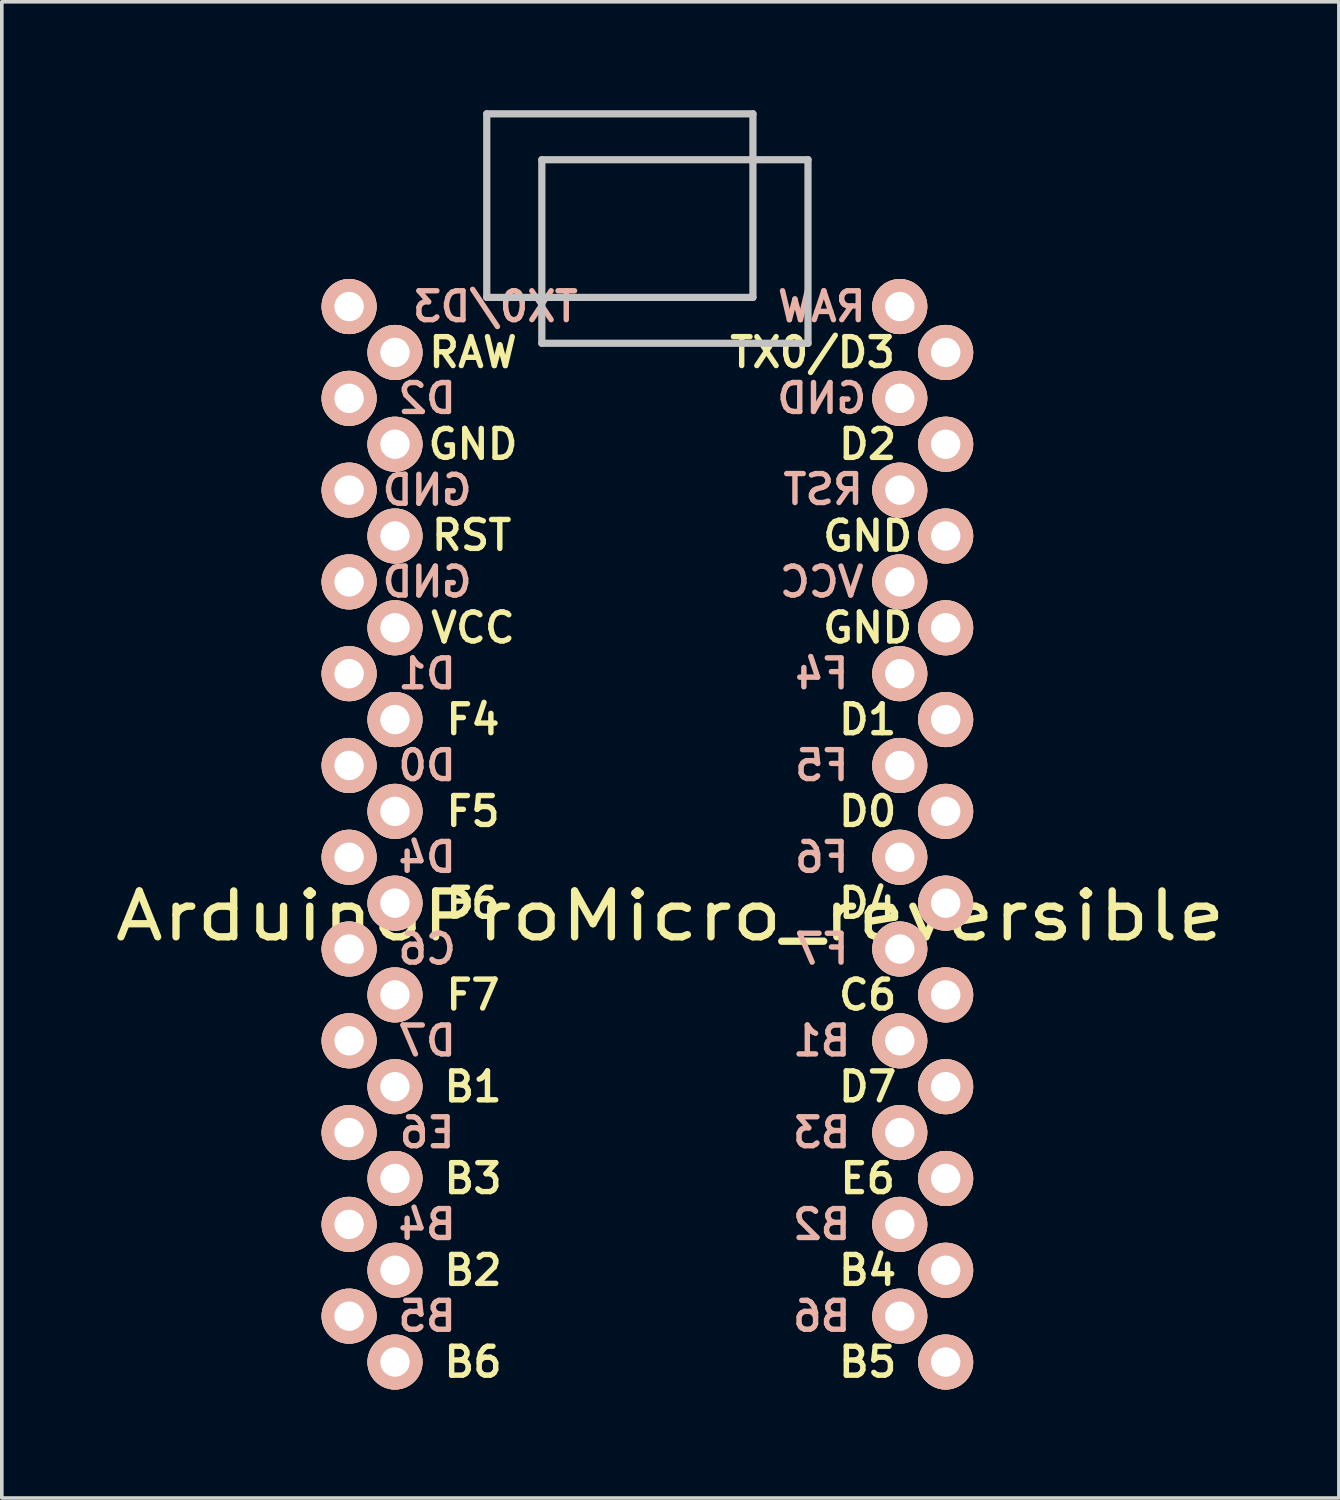
<source format=kicad_pcb>
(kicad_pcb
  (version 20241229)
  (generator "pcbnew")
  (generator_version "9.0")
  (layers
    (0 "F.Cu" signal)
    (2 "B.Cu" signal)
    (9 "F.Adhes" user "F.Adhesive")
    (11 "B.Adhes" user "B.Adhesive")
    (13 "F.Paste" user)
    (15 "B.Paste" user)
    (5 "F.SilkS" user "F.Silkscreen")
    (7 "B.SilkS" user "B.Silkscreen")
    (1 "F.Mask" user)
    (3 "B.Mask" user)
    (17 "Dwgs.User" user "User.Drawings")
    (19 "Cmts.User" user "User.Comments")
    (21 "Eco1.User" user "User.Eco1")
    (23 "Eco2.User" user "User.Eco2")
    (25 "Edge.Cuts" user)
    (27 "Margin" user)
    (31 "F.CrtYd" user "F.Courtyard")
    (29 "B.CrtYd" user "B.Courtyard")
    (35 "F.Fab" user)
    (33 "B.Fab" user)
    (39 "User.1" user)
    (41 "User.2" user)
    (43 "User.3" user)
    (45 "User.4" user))
  (footprint "ArduinoProMicro_reversible"
    (layer "F.Cu")
    (at 15.501 20.674)
    (property "Reference" "ArduinoProMicro_reversible" (at 0 1.625 0) (layer "F.SilkS") (effects (font (size 1.27 1.524) (thickness 0.203))))
    (attr through_hole)
    (fp_line (start -5.08 -20.574) (end 2.286 -20.574) (stroke (width 0.2) (type solid)) (layer "Dwgs.User"))
    (fp_line (start -5.08 -15.494) (end -5.08 -20.574) (stroke (width 0.2) (type solid)) (layer "Dwgs.User"))
    (fp_line (start -3.556 -19.304) (end -3.556 -14.224) (stroke (width 0.2) (type solid)) (layer "Dwgs.User"))
    (fp_line (start -3.556 -14.224) (end 3.81 -14.224) (stroke (width 0.2) (type solid)) (layer "Dwgs.User"))
    (fp_line (start 2.286 -20.574) (end 2.286 -15.494) (stroke (width 0.2) (type solid)) (layer "Dwgs.User"))
    (fp_line (start 2.286 -15.494) (end -5.08 -15.494) (stroke (width 0.2) (type solid)) (layer "Dwgs.User"))
    (fp_line (start 3.81 -19.304) (end -3.556 -19.304) (stroke (width 0.2) (type solid)) (layer "Dwgs.User"))
    (fp_line (start 3.81 -14.224) (end 3.81 -19.304) (stroke (width 0.2) (type solid)) (layer "Dwgs.User"))
    (fp_text user "B2" (at -5.461 11.43 0) (layer "F.SilkS") (effects (font (size 0.8 0.8) (thickness 0.15))))
    (fp_text user "F4" (at -5.461 -3.81 0) (layer "F.SilkS") (effects (font (size 0.8 0.8) (thickness 0.15))))
    (fp_text user "B1" (at -5.461 6.35 0) (layer "F.SilkS") (effects (font (size 0.8 0.8) (thickness 0.15))))
    (fp_text user "D1" (at 5.461 -3.81 0) (layer "F.SilkS") (effects (font (size 0.8 0.8) (thickness 0.15))))
    (fp_text user "F7" (at -5.461 3.81 0) (layer "F.SilkS") (effects (font (size 0.8 0.8) (thickness 0.15))))
    (fp_text user "F5" (at -5.461 -1.27 0) (layer "F.SilkS") (effects (font (size 0.8 0.8) (thickness 0.15))))
    (fp_text user "D2" (at 5.461 -11.43 0) (layer "F.SilkS") (effects (font (size 0.8 0.8) (thickness 0.15))))
    (fp_text user "D7" (at 5.461 6.35 0) (layer "F.SilkS") (effects (font (size 0.8 0.8) (thickness 0.15))))
    (fp_text user "F6" (at -5.461 1.27 0) (layer "F.SilkS") (effects (font (size 0.8 0.8) (thickness 0.15))))
    (fp_text user "D4" (at 5.461 1.27 0) (layer "F.SilkS") (effects (font (size 0.8 0.8) (thickness 0.15))))
    (fp_text user "B5" (at 5.461 13.97 0) (layer "F.SilkS") (effects (font (size 0.8 0.8) (thickness 0.15))))
    (fp_text user "B3" (at -5.461 8.89 0) (layer "F.SilkS") (effects (font (size 0.8 0.8) (thickness 0.15))))
    (fp_text user "GND" (at 5.461 -8.89 0) (layer "F.SilkS") (effects (font (size 0.8 0.8) (thickness 0.15))))
    (fp_text user "GND" (at 5.461 -6.35 0) (layer "F.SilkS") (effects (font (size 0.8 0.8) (thickness 0.15))))
    (fp_text user "B4" (at 5.461 11.43 0) (layer "F.SilkS") (effects (font (size 0.8 0.8) (thickness 0.15))))
    (fp_text user "E6" (at 5.461 8.89 0) (layer "F.SilkS") (effects (font (size 0.8 0.8) (thickness 0.15))))
    (fp_text user "GND" (at -5.461 -11.43 0) (layer "F.SilkS") (effects (font (size 0.8 0.8) (thickness 0.15))))
    (fp_text user "RAW" (at -5.461 -13.97 0) (layer "F.SilkS") (effects (font (size 0.8 0.8) (thickness 0.15))))
    (fp_text user "RST" (at -5.5 -8.91 0) (layer "F.SilkS") (effects (font (size 0.8 0.8) (thickness 0.15))))
    (fp_text user "D0" (at 5.461 -1.27 0) (layer "F.SilkS") (effects (font (size 0.8 0.8) (thickness 0.15))))
    (fp_text user "C6" (at 5.461 3.81 0) (layer "F.SilkS") (effects (font (size 0.8 0.8) (thickness 0.15))))
    (fp_text user "VCC" (at -5.461 -6.35 0) (layer "F.SilkS") (effects (font (size 0.8 0.8) (thickness 0.15))))
    (fp_text user "TX0/D3" (at 3.937 -13.97 0) (layer "F.SilkS") (effects (font (size 0.8 0.8) (thickness 0.15))))
    (fp_text user "B6" (at -5.461 13.97 0) (layer "F.SilkS") (effects (font (size 0.8 0.8) (thickness 0.15))))
    (fp_text user "TX0/D3" (at -4.842 -15.24 0) (layer "B.SilkS") (effects (font (size 0.8 0.8) (thickness 0.15)) (justify mirror)))
    (fp_text user "D1" (at -6.731 -5.08 0) (layer "B.SilkS") (effects (font (size 0.8 0.8) (thickness 0.15)) (justify mirror)))
    (fp_text user "VCC" (at 4.191 -7.62 0) (layer "B.SilkS") (effects (font (size 0.8 0.8) (thickness 0.15)) (justify mirror)))
    (fp_text user "F6" (at 4.191 0 0) (layer "B.SilkS") (effects (font (size 0.8 0.8) (thickness 0.15)) (justify mirror)))
    (fp_text user "RST" (at 4.23 -10.18 0) (layer "B.SilkS") (effects (font (size 0.8 0.8) (thickness 0.15)) (justify mirror)))
    (fp_text user "B1" (at 4.191 5.08 0) (layer "B.SilkS") (effects (font (size 0.8 0.8) (thickness 0.15)) (justify mirror)))
    (fp_text user "D0" (at -6.731 -2.54 0) (layer "B.SilkS") (effects (font (size 0.8 0.8) (thickness 0.15)) (justify mirror)))
    (fp_text user "RAW" (at 4.191 -15.24 0) (layer "B.SilkS") (effects (font (size 0.8 0.8) (thickness 0.15)) (justify mirror)))
    (fp_text user "B6" (at 4.191 12.7 0) (layer "B.SilkS") (effects (font (size 0.8 0.8) (thickness 0.15)) (justify mirror)))
    (fp_text user "D2" (at -6.731 -12.7 0) (layer "B.SilkS") (effects (font (size 0.8 0.8) (thickness 0.15)) (justify mirror)))
    (fp_text user "F5" (at 4.191 -2.54 0) (layer "B.SilkS") (effects (font (size 0.8 0.8) (thickness 0.15)) (justify mirror)))
    (fp_text user "E6" (at -6.731 7.62 0) (layer "B.SilkS") (effects (font (size 0.8 0.8) (thickness 0.15)) (justify mirror)))
    (fp_text user "D4" (at -6.731 0 0) (layer "B.SilkS") (effects (font (size 0.8 0.8) (thickness 0.15)) (justify mirror)))
    (fp_text user "GND" (at -6.731 -7.62 0) (layer "B.SilkS") (effects (font (size 0.8 0.8) (thickness 0.15)) (justify mirror)))
    (fp_text user "D7" (at -6.731 5.08 0) (layer "B.SilkS") (effects (font (size 0.8 0.8) (thickness 0.15)) (justify mirror)))
    (fp_text user "F4" (at 4.191 -5.08 0) (layer "B.SilkS") (effects (font (size 0.8 0.8) (thickness 0.15)) (justify mirror)))
    (fp_text user "GND" (at -6.731 -10.16 0) (layer "B.SilkS") (effects (font (size 0.8 0.8) (thickness 0.15)) (justify mirror)))
    (fp_text user "B2" (at 4.191 10.16 0) (layer "B.SilkS") (effects (font (size 0.8 0.8) (thickness 0.15)) (justify mirror)))
    (fp_text user "B4" (at -6.731 10.16 0) (layer "B.SilkS") (effects (font (size 0.8 0.8) (thickness 0.15)) (justify mirror)))
    (fp_text user "C6" (at -6.731 2.54 0) (layer "B.SilkS") (effects (font (size 0.8 0.8) (thickness 0.15)) (justify mirror)))
    (fp_text user "B3" (at 4.191 7.62 0) (layer "B.SilkS") (effects (font (size 0.8 0.8) (thickness 0.15)) (justify mirror)))
    (fp_text user "GND" (at 4.191 -12.7 0) (layer "B.SilkS") (effects (font (size 0.8 0.8) (thickness 0.15)) (justify mirror)))
    (fp_text user "B5" (at -6.731 12.7 0) (layer "B.SilkS") (effects (font (size 0.8 0.8) (thickness 0.15)) (justify mirror)))
    (fp_text user "F7" (at 4.191 2.54 0) (layer "B.SilkS") (effects (font (size 0.8 0.8) (thickness 0.15)) (justify mirror)))
    (pad "1" thru_hole circle (at -8.89 -15.24 270) (size 1.524 1.524) (drill 0.813) (layers "*.Cu" "*.SilkS" "*.Mask"))
    (pad "1" thru_hole circle (at 7.62 -13.97 90) (size 1.524 1.524) (drill 0.813) (layers "*.Cu" "*.SilkS" "*.Mask"))
    (pad "2" thru_hole circle (at -8.89 -12.7 270) (size 1.524 1.524) (drill 0.813) (layers "*.Cu" "*.SilkS" "*.Mask"))
    (pad "2" thru_hole circle (at 7.62 -11.43 90) (size 1.524 1.524) (drill 0.813) (layers "*.Cu" "*.SilkS" "*.Mask"))
    (pad "3" thru_hole circle (at -8.89 -10.16 270) (size 1.524 1.524) (drill 0.813) (layers "*.Cu" "*.SilkS" "*.Mask"))
    (pad "3" thru_hole circle (at 7.62 -8.89 90) (size 1.524 1.524) (drill 0.813) (layers "*.Cu" "*.SilkS" "*.Mask"))
    (pad "4" thru_hole circle (at -8.89 -7.62 270) (size 1.524 1.524) (drill 0.813) (layers "*.Cu" "*.SilkS" "*.Mask"))
    (pad "4" thru_hole circle (at 7.62 -6.35 90) (size 1.524 1.524) (drill 0.813) (layers "*.Cu" "*.SilkS" "*.Mask"))
    (pad "5" thru_hole circle (at -8.89 -5.08 270) (size 1.524 1.524) (drill 0.813) (layers "*.Cu" "*.SilkS" "*.Mask"))
    (pad "5" thru_hole circle (at 7.62 -3.81 90) (size 1.524 1.524) (drill 0.813) (layers "*.Cu" "*.SilkS" "*.Mask"))
    (pad "6" thru_hole circle (at -8.89 -2.54 270) (size 1.524 1.524) (drill 0.813) (layers "*.Cu" "*.SilkS" "*.Mask"))
    (pad "6" thru_hole circle (at 7.62 -1.27 90) (size 1.524 1.524) (drill 0.813) (layers "*.Cu" "*.SilkS" "*.Mask"))
    (pad "7" thru_hole circle (at -8.89 0 270) (size 1.524 1.524) (drill 0.813) (layers "*.Cu" "*.SilkS" "*.Mask"))
    (pad "7" thru_hole circle (at 7.62 1.27 90) (size 1.524 1.524) (drill 0.813) (layers "*.Cu" "*.SilkS" "*.Mask"))
    (pad "8" thru_hole circle (at -8.89 2.54 270) (size 1.524 1.524) (drill 0.813) (layers "*.Cu" "*.SilkS" "*.Mask"))
    (pad "8" thru_hole circle (at 7.62 3.81 90) (size 1.524 1.524) (drill 0.813) (layers "*.Cu" "*.SilkS" "*.Mask"))
    (pad "9" thru_hole circle (at -8.89 5.08 270) (size 1.524 1.524) (drill 0.813) (layers "*.Cu" "*.SilkS" "*.Mask"))
    (pad "9" thru_hole circle (at 7.62 6.35 90) (size 1.524 1.524) (drill 0.813) (layers "*.Cu" "*.SilkS" "*.Mask"))
    (pad "10" thru_hole circle (at -8.89 7.62 270) (size 1.524 1.524) (drill 0.813) (layers "*.Cu" "*.SilkS" "*.Mask"))
    (pad "10" thru_hole circle (at 7.62 8.89 90) (size 1.524 1.524) (drill 0.813) (layers "*.Cu" "*.SilkS" "*.Mask"))
    (pad "11" thru_hole circle (at -8.89 10.16 270) (size 1.524 1.524) (drill 0.813) (layers "*.Cu" "*.SilkS" "*.Mask"))
    (pad "11" thru_hole circle (at 7.62 11.43 90) (size 1.524 1.524) (drill 0.813) (layers "*.Cu" "*.SilkS" "*.Mask"))
    (pad "12" thru_hole circle (at -8.89 12.7 270) (size 1.524 1.524) (drill 0.813) (layers "*.Cu" "*.SilkS" "*.Mask"))
    (pad "12" thru_hole circle (at 7.62 13.97 90) (size 1.524 1.524) (drill 0.813) (layers "*.Cu" "*.SilkS" "*.Mask"))
    (pad "13" thru_hole circle (at -7.62 13.97 90) (size 1.524 1.524) (drill 0.813) (layers "*.Cu" "*.SilkS" "*.Mask"))
    (pad "13" thru_hole circle (at 6.35 12.7 270) (size 1.524 1.524) (drill 0.813) (layers "*.Cu" "*.SilkS" "*.Mask"))
    (pad "14" thru_hole circle (at -7.62 11.43 90) (size 1.524 1.524) (drill 0.813) (layers "*.Cu" "*.SilkS" "*.Mask"))
    (pad "14" thru_hole circle (at 6.35 10.16 270) (size 1.524 1.524) (drill 0.813) (layers "*.Cu" "*.SilkS" "*.Mask"))
    (pad "15" thru_hole circle (at -7.62 8.89 90) (size 1.524 1.524) (drill 0.813) (layers "*.Cu" "*.SilkS" "*.Mask"))
    (pad "15" thru_hole circle (at 6.35 7.62 270) (size 1.524 1.524) (drill 0.813) (layers "*.Cu" "*.SilkS" "*.Mask"))
    (pad "16" thru_hole circle (at -7.62 6.35 90) (size 1.524 1.524) (drill 0.813) (layers "*.Cu" "*.SilkS" "*.Mask"))
    (pad "16" thru_hole circle (at 6.35 5.08 270) (size 1.524 1.524) (drill 0.813) (layers "*.Cu" "*.SilkS" "*.Mask"))
    (pad "17" thru_hole circle (at -7.62 3.81 90) (size 1.524 1.524) (drill 0.813) (layers "*.Cu" "*.SilkS" "*.Mask"))
    (pad "17" thru_hole circle (at 6.35 2.54 270) (size 1.524 1.524) (drill 0.813) (layers "*.Cu" "*.SilkS" "*.Mask"))
    (pad "18" thru_hole circle (at -7.62 1.27 90) (size 1.524 1.524) (drill 0.813) (layers "*.Cu" "*.SilkS" "*.Mask"))
    (pad "18" thru_hole circle (at 6.35 0 270) (size 1.524 1.524) (drill 0.813) (layers "*.Cu" "*.SilkS" "*.Mask"))
    (pad "19" thru_hole circle (at -7.62 -1.27 90) (size 1.524 1.524) (drill 0.813) (layers "*.Cu" "*.SilkS" "*.Mask"))
    (pad "19" thru_hole circle (at 6.35 -2.54 270) (size 1.524 1.524) (drill 0.813) (layers "*.Cu" "*.SilkS" "*.Mask"))
    (pad "20" thru_hole circle (at -7.62 -3.81 90) (size 1.524 1.524) (drill 0.813) (layers "*.Cu" "*.SilkS" "*.Mask"))
    (pad "20" thru_hole circle (at 6.35 -5.08 270) (size 1.524 1.524) (drill 0.813) (layers "*.Cu" "*.SilkS" "*.Mask"))
    (pad "21" thru_hole circle (at -7.62 -6.35 90) (size 1.524 1.524) (drill 0.813) (layers "*.Cu" "*.SilkS" "*.Mask"))
    (pad "21" thru_hole circle (at 6.35 -7.62 270) (size 1.524 1.524) (drill 0.813) (layers "*.Cu" "*.SilkS" "*.Mask"))
    (pad "22" thru_hole circle (at -7.62 -8.89 90) (size 1.524 1.524) (drill 0.813) (layers "*.Cu" "*.SilkS" "*.Mask"))
    (pad "22" thru_hole circle (at 6.35 -10.16 270) (size 1.524 1.524) (drill 0.813) (layers "*.Cu" "*.SilkS" "*.Mask"))
    (pad "23" thru_hole circle (at -7.62 -11.43 90) (size 1.524 1.524) (drill 0.813) (layers "*.Cu" "*.SilkS" "*.Mask"))
    (pad "23" thru_hole circle (at 6.35 -12.7 270) (size 1.524 1.524) (drill 0.813) (layers "*.Cu" "*.SilkS" "*.Mask"))
    (pad "24" thru_hole circle (at -7.62 -13.97 90) (size 1.524 1.524) (drill 0.813) (layers "*.Cu" "*.SilkS" "*.Mask"))
    (pad "24" thru_hole circle (at 6.35 -15.24 270) (size 1.524 1.524) (drill 0.813) (layers "*.Cu" "*.SilkS" "*.Mask")))
  (gr_rect
    (start -3 -3)
    (end 34.003 38.406)
    (stroke (width 0.1) (type default))
    (fill no)
    (layer "Edge.Cuts")))
</source>
